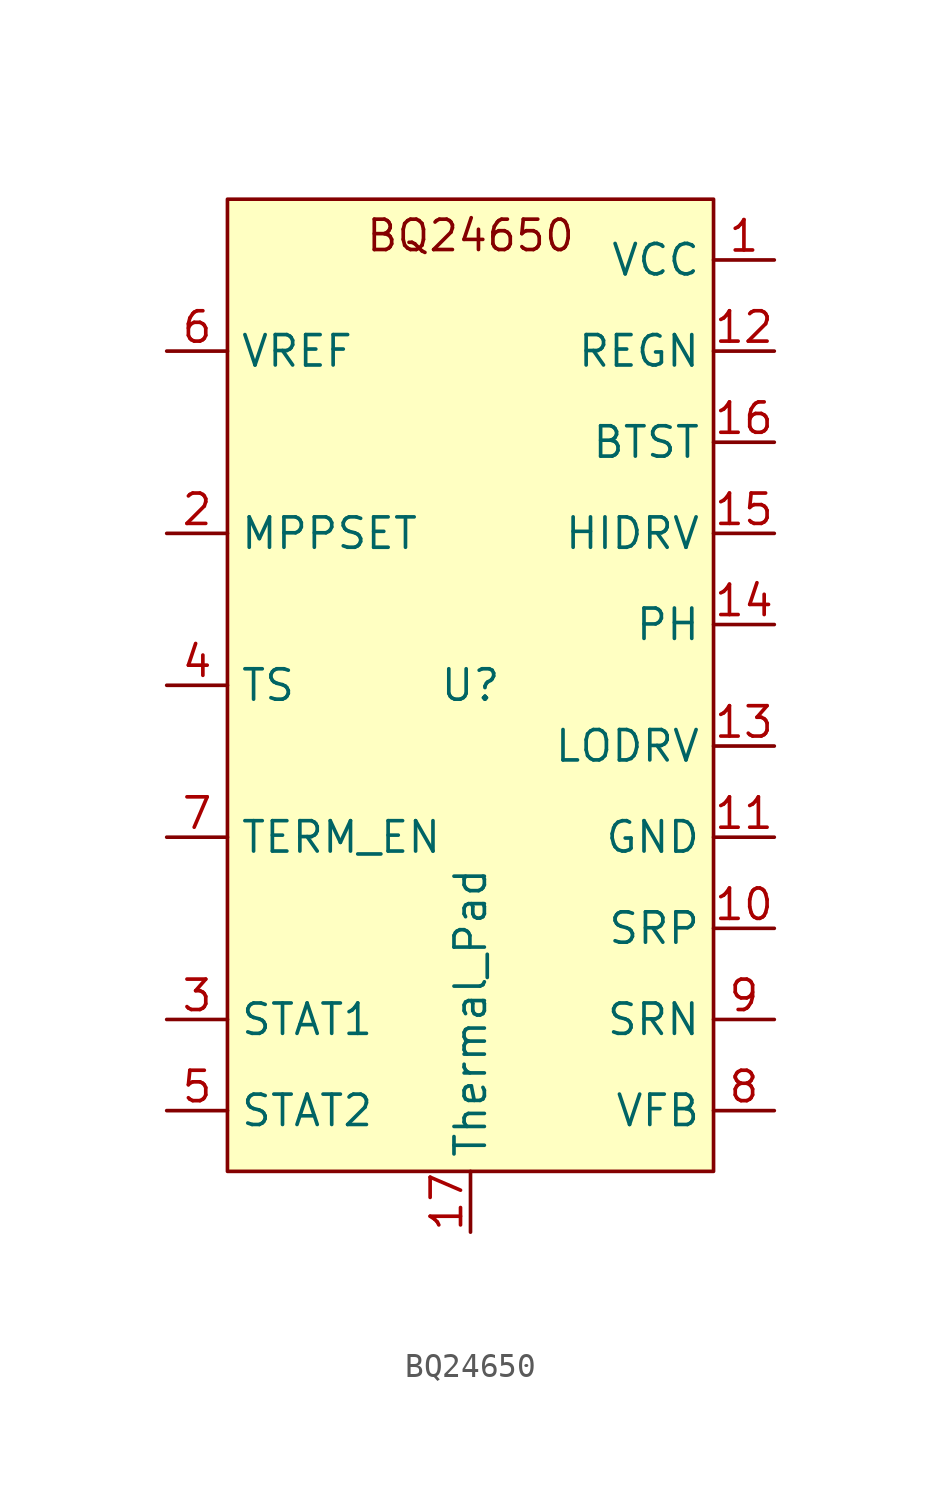
<source format=kicad_sym>
(kicad_symbol_lib
  (version 20231120)
  (generator "kicad_symbol_editor")
  (generator_version "8.0")
  (symbol "BQ24650"
    (property "Reference" "U"
      (at 0 0 0)
      (effects (font (size 1.27 1.27))))
    (property "Value" ""
      (at 0 0 0)
      (effects (font (size 1.27 1.27))))
    (symbol "BQ24650_1_0"
      (pin power_in line (at 0 -22.86 90) (length 2.54) (name "Thermal_Pad" (effects (font (size 1.27 1.27)))) (number "17" (effects (font (size 1.27 1.27))))))
    (symbol "BQ24650_1_1"
      (rectangle (start -10.16 20.32) (end 10.16 -20.32) (stroke (width 0) (type default)) (fill (type background)))
      (text "BQ24650" (at 0 18.796 0) (effects (font (size 1.27 1.27))))
      (pin power_in line (at 12.7 17.78 180) (length 2.54) (name "VCC" (effects (font (size 1.27 1.27)))) (number "1" (effects (font (size 1.27 1.27)))))
      (pin power_in line (at 12.7 -10.16 180) (length 2.54) (name "SRP" (effects (font (size 1.27 1.27)))) (number "10" (effects (font (size 1.27 1.27)))))
      (pin power_in line (at 12.7 -6.35 180) (length 2.54) (name "GND" (effects (font (size 1.27 1.27)))) (number "11" (effects (font (size 1.27 1.27)))))
      (pin power_out line (at 12.7 13.97 180) (length 2.54) (name "REGN" (effects (font (size 1.27 1.27)))) (number "12" (effects (font (size 1.27 1.27)))))
      (pin output line (at 12.7 -2.54 180) (length 2.54) (name "LODRV" (effects (font (size 1.27 1.27)))) (number "13" (effects (font (size 1.27 1.27)))))
      (pin power_out line (at 12.7 2.54 180) (length 2.54) (name "PH" (effects (font (size 1.27 1.27)))) (number "14" (effects (font (size 1.27 1.27)))))
      (pin output line (at 12.7 6.35 180) (length 2.54) (name "HIDRV" (effects (font (size 1.27 1.27)))) (number "15" (effects (font (size 1.27 1.27)))))
      (pin power_in line (at 12.7 10.16 180) (length 2.54) (name "BTST" (effects (font (size 1.27 1.27)))) (number "16" (effects (font (size 1.27 1.27)))))
      (pin input line (at -12.7 6.35 0) (length 2.54) (name "MPPSET" (effects (font (size 1.27 1.27)))) (number "2" (effects (font (size 1.27 1.27)))))
      (pin output line (at -12.7 -13.97 0) (length 2.54) (name "STAT1" (effects (font (size 1.27 1.27)))) (number "3" (effects (font (size 1.27 1.27)))))
      (pin input line (at -12.7 0 0) (length 2.54) (name "TS" (effects (font (size 1.27 1.27)))) (number "4" (effects (font (size 1.27 1.27)))))
      (pin output line (at -12.7 -17.78 0) (length 2.54) (name "STAT2" (effects (font (size 1.27 1.27)))) (number "5" (effects (font (size 1.27 1.27)))))
      (pin power_out line (at -12.7 13.97 0) (length 2.54) (name "VREF" (effects (font (size 1.27 1.27)))) (number "6" (effects (font (size 1.27 1.27)))))
      (pin input line (at -12.7 -6.35 0) (length 2.54) (name "TERM_EN" (effects (font (size 1.27 1.27)))) (number "7" (effects (font (size 1.27 1.27)))))
      (pin input line (at 12.7 -17.78 180) (length 2.54) (name "VFB" (effects (font (size 1.27 1.27)))) (number "8" (effects (font (size 1.27 1.27)))))
      (pin input line (at 12.7 -13.97 180) (length 2.54) (name "SRN" (effects (font (size 1.27 1.27)))) (number "9" (effects (font (size 1.27 1.27))))))))
</source>
